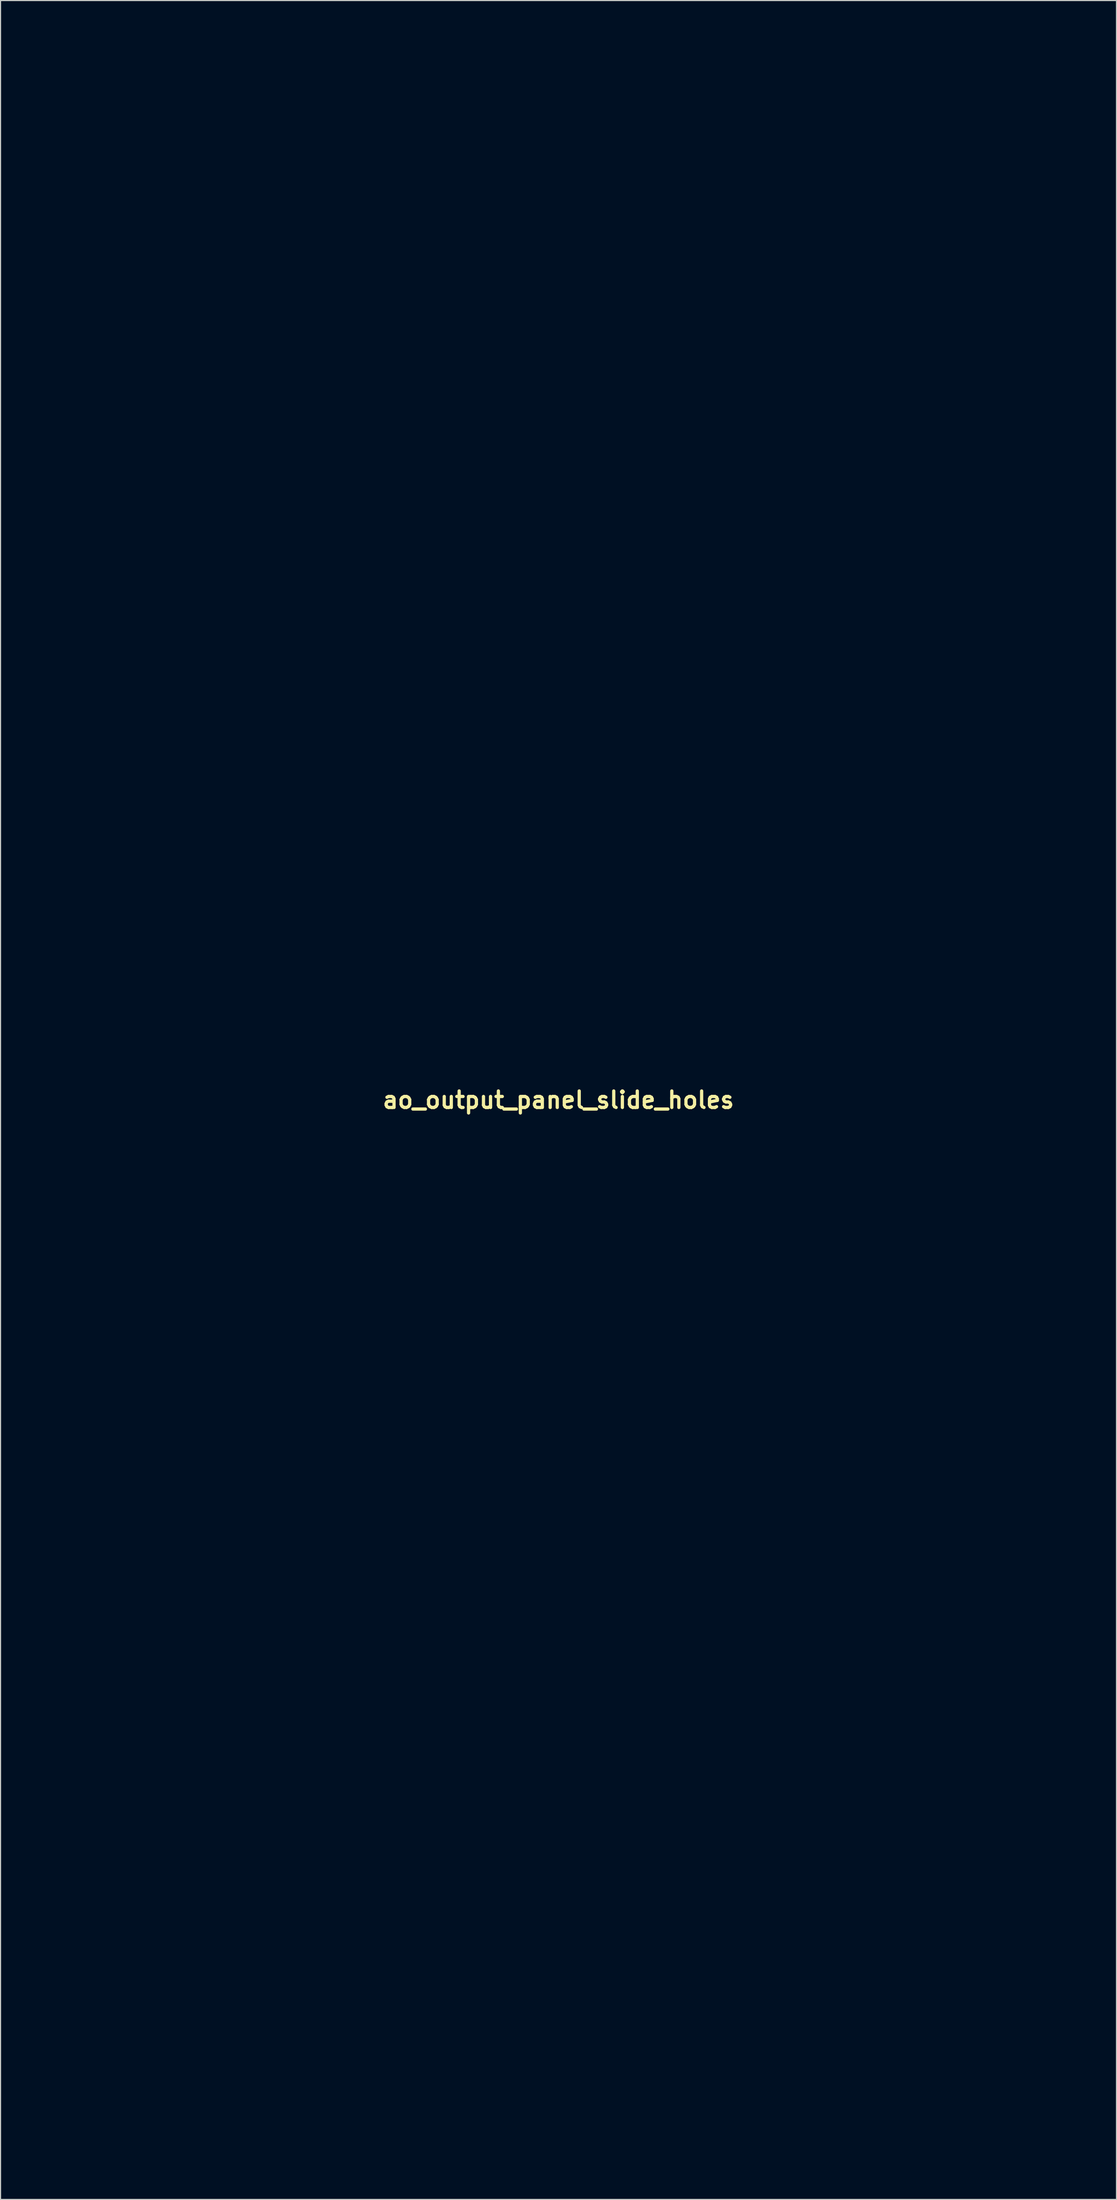
<source format=kicad_pcb>
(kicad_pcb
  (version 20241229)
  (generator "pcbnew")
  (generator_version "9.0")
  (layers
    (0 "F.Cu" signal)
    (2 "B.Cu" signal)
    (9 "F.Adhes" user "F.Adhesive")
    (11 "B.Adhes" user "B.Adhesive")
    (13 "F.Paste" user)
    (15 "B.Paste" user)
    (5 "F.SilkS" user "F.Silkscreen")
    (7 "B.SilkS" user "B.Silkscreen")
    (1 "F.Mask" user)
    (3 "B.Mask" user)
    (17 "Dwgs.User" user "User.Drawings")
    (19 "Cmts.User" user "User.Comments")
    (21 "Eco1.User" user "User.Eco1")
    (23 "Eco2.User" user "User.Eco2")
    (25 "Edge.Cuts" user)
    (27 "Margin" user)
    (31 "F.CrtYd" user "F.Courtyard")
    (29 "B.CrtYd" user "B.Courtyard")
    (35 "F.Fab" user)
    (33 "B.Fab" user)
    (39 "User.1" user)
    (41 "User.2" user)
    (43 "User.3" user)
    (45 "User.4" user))
  (footprint "ao_output_panel_slide_holes"
    (layer "F.Cu")
    (at 48.593 98.606)
    (property "Reference" "ao_output_panel_slide_holes" (at 0 0 0) (layer "F.SilkS") (effects (font (size 1.524 1.524) (thickness 0.3))))
    (attr through_hole)
    (fp_poly (pts (xy -11.684 -9.982) (xy -13.284 -9.982) (xy -13.284 -75.997) (xy -11.684 -75.997) (xy -11.684 -9.982)) (stroke (width 0.01) (type solid)) (fill no) (layer "Eco1.User"))
    (fp_poly (pts (xy 13.31 -9.982) (xy 11.709 -9.982) (xy 11.709 -75.997) (xy 13.31 -75.997) (xy 13.31 -9.982)) (stroke (width 0.01) (type solid)) (fill no) (layer "Eco1.User"))
    (fp_poly (pts (xy 38.322 -42.996) (xy 38.316 -9.995) (xy 37.509 -9.988) (xy 36.703 -9.981) (xy 36.703 -75.997) (xy 38.329 -75.997) (xy 38.322 -42.996)) (stroke (width 0.01) (type solid)) (fill no) (layer "Eco1.User"))
    (fp_poly (pts (xy -36.678 -9.982) (xy -37.473 -9.982) (xy -37.67 -9.983) (xy -37.849 -9.984) (xy -38.006 -9.987) (xy -38.134 -9.989) (xy -38.227 -9.993) (xy -38.278 -9.997) (xy -38.286 -9.999) (xy -38.287 -10.025) (xy -38.288 -10.101) (xy -38.288 -10.225) (xy -38.289 -10.398) (xy -38.29 -10.618) (xy -38.29 -10.884) (xy -38.291 -11.194) (xy -38.291 -11.549) (xy -38.292 -11.948) (xy -38.293 -12.388) (xy -38.293 -12.87) (xy -38.294 -13.393) (xy -38.294 -13.955) (xy -38.295 -14.555) (xy -38.295 -15.193) (xy -38.296 -15.868) (xy -38.296 -16.578) (xy -38.297 -17.323) (xy -38.297 -18.102) (xy -38.298 -18.914) (xy -38.298 -19.757) (xy -38.299 -20.632) (xy -38.299 -21.536) (xy -38.299 -22.47) (xy -38.3 -23.432) (xy -38.3 -24.421) (xy -38.301 -25.436) (xy -38.301 -26.477) (xy -38.301 -27.542) (xy -38.301 -28.63) (xy -38.302 -29.741) (xy -38.302 -30.873) (xy -38.302 -32.026) (xy -38.302 -33.199) (xy -38.303 -34.39) (xy -38.303 -35.599) (xy -38.303 -36.825) (xy -38.303 -38.067) (xy -38.303 -39.324) (xy -38.303 -40.594) (xy -38.303 -41.878) (xy -38.303 -43.006) (xy -38.303 -75.997) (xy -36.678 -75.997) (xy -36.678 -9.982)) (stroke (width 0.01) (type solid)) (fill no) (layer "Eco1.User"))
    (fp_poly (pts (xy 37.637 -84.595) (xy 37.836 -84.572) (xy 37.986 -84.536) (xy 38.253 -84.422) (xy 38.489 -84.271) (xy 38.691 -84.087) (xy 38.857 -83.874) (xy 38.984 -83.636) (xy 39.068 -83.377) (xy 39.108 -83.101) (xy 39.108 -82.918) (xy 39.073 -82.641) (xy 38.995 -82.389) (xy 38.874 -82.157) (xy 38.705 -81.939) (xy 38.634 -81.864) (xy 38.416 -81.68) (xy 38.175 -81.541) (xy 37.915 -81.448) (xy 37.64 -81.402) (xy 37.354 -81.404) (xy 37.313 -81.408) (xy 37.056 -81.46) (xy 36.821 -81.552) (xy 36.6 -81.69) (xy 36.387 -81.874) (xy 36.385 -81.877) (xy 36.199 -82.091) (xy 36.062 -82.316) (xy 35.971 -82.556) (xy 35.924 -82.818) (xy 35.916 -82.993) (xy 35.924 -83.134) (xy 36.525 -83.134) (xy 36.525 -82.88) (xy 37.389 -82.88) (xy 37.389 -82.017) (xy 37.643 -82.017) (xy 37.643 -82.88) (xy 38.506 -82.88) (xy 38.506 -83.134) (xy 37.643 -83.134) (xy 37.643 -83.998) (xy 37.389 -83.998) (xy 37.389 -83.134) (xy 36.525 -83.134) (xy 35.924 -83.134) (xy 35.93 -83.233) (xy 35.974 -83.447) (xy 36.052 -83.657) (xy 36.099 -83.751) (xy 36.243 -83.975) (xy 36.426 -84.174) (xy 36.642 -84.343) (xy 36.881 -84.475) (xy 37.046 -84.538) (xy 37.223 -84.578) (xy 37.426 -84.597) (xy 37.637 -84.595)) (stroke (width 0.01) (type solid)) (fill no) (layer "Eco1.User"))
    (fp_poly (pts (xy 37.741 -4.583) (xy 37.955 -4.539) (xy 38.165 -4.461) (xy 38.262 -4.413) (xy 38.493 -4.266) (xy 38.69 -4.086) (xy 38.852 -3.878) (xy 38.976 -3.647) (xy 39.061 -3.4) (xy 39.106 -3.143) (xy 39.109 -2.88) (xy 39.069 -2.617) (xy 38.983 -2.361) (xy 38.894 -2.187) (xy 38.742 -1.975) (xy 38.552 -1.785) (xy 38.334 -1.626) (xy 38.098 -1.506) (xy 37.998 -1.47) (xy 37.896 -1.445) (xy 37.762 -1.425) (xy 37.613 -1.411) (xy 37.464 -1.403) (xy 37.333 -1.404) (xy 37.236 -1.413) (xy 36.976 -1.487) (xy 36.73 -1.605) (xy 36.505 -1.76) (xy 36.309 -1.947) (xy 36.15 -2.161) (xy 36.101 -2.248) (xy 36.008 -2.452) (xy 35.95 -2.645) (xy 35.921 -2.846) (xy 35.916 -3.002) (xy 35.924 -3.124) (xy 36.525 -3.124) (xy 36.525 -2.87) (xy 37.389 -2.87) (xy 37.389 -2.007) (xy 37.643 -2.007) (xy 37.643 -2.87) (xy 38.506 -2.87) (xy 38.506 -3.124) (xy 37.643 -3.124) (xy 37.643 -3.988) (xy 37.389 -3.988) (xy 37.389 -3.124) (xy 36.525 -3.124) (xy 35.924 -3.124) (xy 35.936 -3.281) (xy 35.997 -3.533) (xy 36.103 -3.766) (xy 36.255 -3.985) (xy 36.385 -4.128) (xy 36.599 -4.314) (xy 36.824 -4.451) (xy 37.065 -4.542) (xy 37.326 -4.589) (xy 37.502 -4.597) (xy 37.741 -4.583)) (stroke (width 0.01) (type solid)) (fill no) (layer "Eco1.User"))
    (fp_poly (pts (xy -37.374 -84.595) (xy -37.173 -84.574) (xy -37.02 -84.538) (xy -36.772 -84.435) (xy -36.543 -84.29) (xy -36.339 -84.111) (xy -36.167 -83.904) (xy -36.032 -83.674) (xy -35.94 -83.429) (xy -35.929 -83.385) (xy -35.904 -83.232) (xy -35.893 -83.054) (xy -35.895 -82.872) (xy -35.911 -82.705) (xy -35.929 -82.612) (xy -36.015 -82.367) (xy -36.144 -82.134) (xy -36.309 -81.922) (xy -36.503 -81.74) (xy -36.719 -81.597) (xy -36.781 -81.565) (xy -37.042 -81.462) (xy -37.298 -81.407) (xy -37.558 -81.397) (xy -37.69 -81.409) (xy -37.964 -81.469) (xy -38.219 -81.574) (xy -38.45 -81.721) (xy -38.654 -81.906) (xy -38.826 -82.128) (xy -38.964 -82.382) (xy -39.017 -82.518) (xy -39.059 -82.683) (xy -39.082 -82.877) (xy -39.085 -83.08) (xy -39.08 -83.134) (xy -38.481 -83.134) (xy -38.481 -82.88) (xy -37.617 -82.88) (xy -37.617 -82.017) (xy -37.363 -82.017) (xy -37.363 -82.88) (xy -36.5 -82.88) (xy -36.5 -83.134) (xy -37.363 -83.134) (xy -37.363 -83.998) (xy -37.617 -83.998) (xy -37.617 -83.134) (xy -38.481 -83.134) (xy -39.08 -83.134) (xy -39.068 -83.272) (xy -39.054 -83.346) (xy -38.97 -83.612) (xy -38.841 -83.857) (xy -38.673 -84.076) (xy -38.47 -84.264) (xy -38.234 -84.417) (xy -37.972 -84.532) (xy -37.96 -84.536) (xy -37.786 -84.576) (xy -37.585 -84.596) (xy -37.374 -84.595)) (stroke (width 0.01) (type solid)) (fill no) (layer "Eco1.User"))
    (fp_poly (pts (xy -37.357 -4.593) (xy -37.191 -4.577) (xy -37.096 -4.559) (xy -36.842 -4.469) (xy -36.605 -4.336) (xy -36.393 -4.165) (xy -36.21 -3.962) (xy -36.062 -3.732) (xy -35.955 -3.482) (xy -35.925 -3.379) (xy -35.898 -3.208) (xy -35.891 -3.011) (xy -35.903 -2.805) (xy -35.933 -2.611) (xy -35.972 -2.472) (xy -36.089 -2.214) (xy -36.247 -1.985) (xy -36.444 -1.786) (xy -36.677 -1.621) (xy -36.942 -1.492) (xy -37.001 -1.47) (xy -37.15 -1.432) (xy -37.33 -1.41) (xy -37.522 -1.404) (xy -37.709 -1.414) (xy -37.872 -1.442) (xy -37.888 -1.446) (xy -38.155 -1.543) (xy -38.394 -1.678) (xy -38.601 -1.846) (xy -38.774 -2.043) (xy -38.911 -2.264) (xy -39.011 -2.504) (xy -39.07 -2.758) (xy -39.088 -3.021) (xy -39.078 -3.124) (xy -38.481 -3.124) (xy -38.481 -2.87) (xy -37.617 -2.87) (xy -37.617 -2.007) (xy -37.363 -2.007) (xy -37.363 -2.87) (xy -36.5 -2.87) (xy -36.5 -3.124) (xy -37.363 -3.124) (xy -37.363 -3.988) (xy -37.617 -3.988) (xy -37.617 -3.124) (xy -38.481 -3.124) (xy -39.078 -3.124) (xy -39.062 -3.289) (xy -38.989 -3.557) (xy -38.905 -3.749) (xy -38.767 -3.967) (xy -38.589 -4.164) (xy -38.379 -4.33) (xy -38.146 -4.462) (xy -37.898 -4.551) (xy -37.865 -4.559) (xy -37.714 -4.584) (xy -37.538 -4.595) (xy -37.357 -4.593)) (stroke (width 0.01) (type solid)) (fill no) (layer "Eco1.User"))
    (fp_poly (pts (xy 45.028 -98.6) (xy 45.326 -98.599) (xy 45.669 -98.598) (xy 45.695 -98.598) (xy 46.023 -98.596) (xy 46.306 -98.595) (xy 46.545 -98.593) (xy 46.746 -98.591) (xy 46.912 -98.589) (xy 47.047 -98.586) (xy 47.156 -98.583) (xy 47.242 -98.579) (xy 47.309 -98.574) (xy 47.362 -98.568) (xy 47.404 -98.56) (xy 47.44 -98.552) (xy 47.474 -98.542) (xy 47.498 -98.533) (xy 47.76 -98.419) (xy 47.991 -98.269) (xy 48.188 -98.087) (xy 48.35 -97.879) (xy 48.476 -97.649) (xy 48.562 -97.402) (xy 48.606 -97.144) (xy 48.608 -96.878) (xy 48.564 -96.611) (xy 48.473 -96.346) (xy 48.437 -96.271) (xy 48.292 -96.038) (xy 48.108 -95.832) (xy 47.889 -95.658) (xy 47.643 -95.523) (xy 47.541 -95.482) (xy 47.358 -95.415) (xy 45.657 -95.41) (xy 45.31 -95.409) (xy 45.011 -95.409) (xy 44.755 -95.409) (xy 44.539 -95.41) (xy 44.359 -95.411) (xy 44.211 -95.413) (xy 44.093 -95.416) (xy 43.999 -95.42) (xy 43.926 -95.425) (xy 43.871 -95.431) (xy 43.831 -95.438) (xy 43.815 -95.442) (xy 43.564 -95.534) (xy 43.329 -95.669) (xy 43.117 -95.841) (xy 42.934 -96.044) (xy 42.787 -96.272) (xy 42.681 -96.518) (xy 42.658 -96.596) (xy 42.63 -96.745) (xy 42.616 -96.92) (xy 42.615 -97.101) (xy 42.628 -97.268) (xy 42.644 -97.358) (xy 42.728 -97.611) (xy 42.857 -97.849) (xy 43.024 -98.066) (xy 43.222 -98.255) (xy 43.446 -98.408) (xy 43.601 -98.484) (xy 43.658 -98.507) (xy 43.714 -98.528) (xy 43.77 -98.545) (xy 43.833 -98.56) (xy 43.906 -98.571) (xy 43.992 -98.581) (xy 44.096 -98.588) (xy 44.222 -98.594) (xy 44.374 -98.597) (xy 44.557 -98.6) (xy 44.773 -98.601) (xy 45.028 -98.6)) (stroke (width 0.01) (type solid)) (fill no) (layer "Eco1.User"))
    (fp_poly (pts (xy -45.367 95.399) (xy -45.101 95.4) (xy -44.845 95.402) (xy -44.604 95.406) (xy -44.384 95.41) (xy -44.19 95.415) (xy -44.028 95.421) (xy -43.904 95.429) (xy -43.823 95.437) (xy -43.801 95.441) (xy -43.546 95.531) (xy -43.308 95.665) (xy -43.094 95.837) (xy -42.91 96.041) (xy -42.762 96.27) (xy -42.655 96.52) (xy -42.632 96.596) (xy -42.599 96.777) (xy -42.588 96.981) (xy -42.597 97.187) (xy -42.627 97.376) (xy -42.646 97.447) (xy -42.756 97.72) (xy -42.905 97.961) (xy -43.092 98.168) (xy -43.319 98.344) (xy -43.509 98.452) (xy -43.568 98.481) (xy -43.624 98.506) (xy -43.679 98.527) (xy -43.738 98.545) (xy -43.806 98.56) (xy -43.886 98.572) (xy -43.982 98.581) (xy -44.099 98.588) (xy -44.241 98.594) (xy -44.411 98.597) (xy -44.614 98.6) (xy -44.854 98.601) (xy -45.136 98.601) (xy -45.462 98.601) (xy -45.593 98.601) (xy -45.922 98.601) (xy -46.204 98.6) (xy -46.443 98.599) (xy -46.644 98.598) (xy -46.811 98.596) (xy -46.947 98.594) (xy -47.058 98.591) (xy -47.146 98.587) (xy -47.216 98.581) (xy -47.273 98.575) (xy -47.32 98.568) (xy -47.361 98.559) (xy -47.387 98.552) (xy -47.651 98.459) (xy -47.885 98.328) (xy -48.089 98.164) (xy -48.26 97.972) (xy -48.397 97.758) (xy -48.499 97.525) (xy -48.563 97.28) (xy -48.588 97.026) (xy -48.572 96.769) (xy -48.514 96.514) (xy -48.413 96.266) (xy -48.265 96.03) (xy -48.236 95.991) (xy -48.068 95.815) (xy -47.864 95.66) (xy -47.639 95.536) (xy -47.404 95.451) (xy -47.365 95.441) (xy -47.301 95.432) (xy -47.193 95.424) (xy -47.046 95.418) (xy -46.864 95.412) (xy -46.654 95.407) (xy -46.42 95.404) (xy -46.17 95.401) (xy -45.907 95.399) (xy -45.637 95.399) (xy -45.367 95.399)) (stroke (width 0.01) (type solid)) (fill no) (layer "Eco1.User"))
    (fp_poly (pts (xy -37.177 13.512) (xy -36.938 13.537) (xy -36.813 13.56) (xy -36.402 13.672) (xy -36.015 13.826) (xy -35.655 14.019) (xy -35.323 14.249) (xy -35.022 14.512) (xy -34.755 14.806) (xy -34.524 15.128) (xy -34.33 15.475) (xy -34.178 15.844) (xy -34.068 16.232) (xy -34.003 16.637) (xy -33.985 16.993) (xy -34.006 17.393) (xy -34.068 17.773) (xy -34.175 18.142) (xy -34.329 18.51) (xy -34.341 18.534) (xy -34.546 18.897) (xy -34.791 19.231) (xy -35.071 19.532) (xy -35.383 19.797) (xy -35.725 20.025) (xy -36.092 20.212) (xy -36.481 20.356) (xy -36.888 20.454) (xy -36.916 20.459) (xy -37.075 20.479) (xy -37.267 20.49) (xy -37.477 20.494) (xy -37.689 20.491) (xy -37.885 20.479) (xy -38.05 20.46) (xy -38.062 20.458) (xy -38.465 20.365) (xy -38.85 20.227) (xy -39.214 20.046) (xy -39.553 19.826) (xy -39.864 19.57) (xy -40.144 19.28) (xy -40.39 18.96) (xy -40.597 18.613) (xy -40.764 18.242) (xy -40.882 17.869) (xy -40.958 17.47) (xy -40.989 17.062) (xy -40.982 16.866) (xy -39.98 16.866) (xy -39.98 17.12) (xy -37.617 17.12) (xy -37.617 19.482) (xy -37.363 19.482) (xy -37.363 17.12) (xy -35.001 17.12) (xy -35.001 16.866) (xy -37.363 16.866) (xy -37.363 14.503) (xy -37.617 14.503) (xy -37.617 16.866) (xy -39.98 16.866) (xy -40.982 16.866) (xy -40.974 16.655) (xy -40.914 16.255) (xy -40.818 15.9) (xy -40.785 15.812) (xy -40.735 15.694) (xy -40.676 15.562) (xy -40.613 15.431) (xy -40.613 15.431) (xy -40.407 15.07) (xy -40.162 14.74) (xy -39.881 14.443) (xy -39.567 14.182) (xy -39.222 13.958) (xy -38.849 13.774) (xy -38.452 13.631) (xy -38.168 13.56) (xy -37.95 13.525) (xy -37.7 13.506) (xy -37.437 13.501) (xy -37.177 13.512)) (stroke (width 0.01) (type solid)) (fill no) (layer "Eco1.User"))
    (fp_poly (pts (xy -44.675 -98.599) (xy -44.437 -98.598) (xy -44.243 -98.595) (xy -44.09 -98.591) (xy -43.977 -98.586) (xy -43.903 -98.58) (xy -43.879 -98.577) (xy -43.627 -98.504) (xy -43.389 -98.387) (xy -43.17 -98.231) (xy -42.978 -98.042) (xy -42.817 -97.826) (xy -42.693 -97.588) (xy -42.619 -97.358) (xy -42.596 -97.212) (xy -42.588 -97.038) (xy -42.594 -96.857) (xy -42.613 -96.688) (xy -42.633 -96.596) (xy -42.725 -96.343) (xy -42.861 -96.107) (xy -43.035 -95.896) (xy -43.24 -95.714) (xy -43.471 -95.568) (xy -43.721 -95.464) (xy -43.801 -95.441) (xy -43.86 -95.433) (xy -43.965 -95.425) (xy -44.109 -95.419) (xy -44.287 -95.413) (xy -44.495 -95.409) (xy -44.726 -95.405) (xy -44.975 -95.403) (xy -45.237 -95.401) (xy -45.506 -95.401) (xy -45.776 -95.401) (xy -46.043 -95.402) (xy -46.301 -95.404) (xy -46.543 -95.407) (xy -46.766 -95.411) (xy -46.963 -95.416) (xy -47.129 -95.422) (xy -47.259 -95.429) (xy -47.347 -95.437) (xy -47.376 -95.442) (xy -47.625 -95.527) (xy -47.861 -95.657) (xy -48.073 -95.823) (xy -48.256 -96.02) (xy -48.399 -96.241) (xy -48.411 -96.265) (xy -48.482 -96.416) (xy -48.53 -96.547) (xy -48.559 -96.676) (xy -48.573 -96.82) (xy -48.577 -96.99) (xy -48.575 -97.141) (xy -48.568 -97.258) (xy -48.552 -97.356) (xy -48.528 -97.451) (xy -48.521 -97.472) (xy -48.414 -97.729) (xy -48.264 -97.964) (xy -48.076 -98.17) (xy -47.856 -98.344) (xy -47.609 -98.48) (xy -47.473 -98.533) (xy -47.438 -98.545) (xy -47.405 -98.555) (xy -47.367 -98.563) (xy -47.322 -98.57) (xy -47.265 -98.575) (xy -47.193 -98.58) (xy -47.1 -98.584) (xy -46.984 -98.587) (xy -46.84 -98.59) (xy -46.664 -98.592) (xy -46.453 -98.593) (xy -46.201 -98.595) (xy -45.905 -98.597) (xy -45.669 -98.598) (xy -45.29 -98.599) (xy -44.959 -98.6) (xy -44.675 -98.599)) (stroke (width 0.01) (type solid)) (fill no) (layer "Eco1.User"))
    (fp_poly (pts (xy 38.067 70.03) (xy 38.539 70.102) (xy 38.777 70.157) (xy 39.238 70.3) (xy 39.683 70.49) (xy 40.109 70.724) (xy 40.512 70.999) (xy 40.889 71.311) (xy 41.234 71.659) (xy 41.545 72.038) (xy 41.817 72.447) (xy 41.829 72.466) (xy 42.032 72.851) (xy 42.205 73.262) (xy 42.341 73.681) (xy 42.393 73.889) (xy 42.479 74.382) (xy 42.515 74.874) (xy 42.504 75.36) (xy 42.446 75.839) (xy 42.343 76.306) (xy 42.196 76.76) (xy 42.007 77.197) (xy 41.778 77.614) (xy 41.509 78.008) (xy 41.202 78.377) (xy 40.859 78.717) (xy 40.481 79.026) (xy 40.07 79.3) (xy 39.648 79.526) (xy 39.208 79.708) (xy 38.746 79.849) (xy 38.269 79.945) (xy 37.786 79.997) (xy 37.303 80.002) (xy 37.008 79.981) (xy 36.517 79.906) (xy 36.042 79.785) (xy 35.587 79.619) (xy 35.153 79.412) (xy 34.743 79.166) (xy 34.36 78.883) (xy 34.005 78.565) (xy 33.682 78.215) (xy 33.393 77.836) (xy 33.14 77.43) (xy 32.926 76.998) (xy 32.754 76.544) (xy 32.624 76.07) (xy 32.55 75.646) (xy 32.51 75.152) (xy 32.514 74.879) (xy 35.027 74.879) (xy 35.027 75.133) (xy 37.389 75.133) (xy 37.389 77.495) (xy 37.643 77.495) (xy 37.643 75.133) (xy 40.005 75.133) (xy 40.005 74.879) (xy 37.643 74.879) (xy 37.643 72.517) (xy 37.389 72.517) (xy 37.389 74.879) (xy 35.027 74.879) (xy 32.514 74.879) (xy 32.518 74.664) (xy 32.574 74.184) (xy 32.676 73.716) (xy 32.821 73.261) (xy 33.008 72.824) (xy 33.236 72.407) (xy 33.503 72.013) (xy 33.806 71.644) (xy 34.145 71.305) (xy 34.517 70.996) (xy 34.921 70.722) (xy 35.355 70.485) (xy 35.745 70.316) (xy 36.18 70.174) (xy 36.637 70.074) (xy 37.109 70.016) (xy 37.588 70.001) (xy 38.067 70.03)) (stroke (width 0.01) (type solid)) (fill no) (layer "Eco1.User"))
    (fp_poly (pts (xy 45.816 95.399) (xy 46.083 95.4) (xy 46.34 95.402) (xy 46.582 95.406) (xy 46.803 95.41) (xy 46.998 95.415) (xy 47.162 95.422) (xy 47.288 95.429) (xy 47.372 95.437) (xy 47.394 95.441) (xy 47.649 95.527) (xy 47.886 95.657) (xy 48.099 95.828) (xy 48.284 96.034) (xy 48.437 96.272) (xy 48.552 96.537) (xy 48.555 96.545) (xy 48.586 96.678) (xy 48.602 96.843) (xy 48.606 97.024) (xy 48.595 97.206) (xy 48.572 97.371) (xy 48.547 97.472) (xy 48.439 97.729) (xy 48.289 97.964) (xy 48.102 98.17) (xy 47.882 98.344) (xy 47.634 98.48) (xy 47.498 98.534) (xy 47.464 98.545) (xy 47.431 98.554) (xy 47.395 98.563) (xy 47.351 98.569) (xy 47.295 98.575) (xy 47.224 98.58) (xy 47.134 98.583) (xy 47.02 98.586) (xy 46.879 98.589) (xy 46.707 98.59) (xy 46.5 98.592) (xy 46.253 98.593) (xy 45.964 98.594) (xy 45.657 98.595) (xy 45.307 98.595) (xy 45.005 98.596) (xy 44.747 98.595) (xy 44.529 98.594) (xy 44.348 98.592) (xy 44.2 98.59) (xy 44.082 98.586) (xy 43.989 98.582) (xy 43.92 98.577) (xy 43.869 98.57) (xy 43.84 98.565) (xy 43.582 98.475) (xy 43.338 98.341) (xy 43.117 98.167) (xy 43.005 98.053) (xy 42.904 97.919) (xy 42.805 97.755) (xy 42.72 97.579) (xy 42.658 97.412) (xy 42.644 97.358) (xy 42.622 97.212) (xy 42.614 97.038) (xy 42.62 96.857) (xy 42.639 96.688) (xy 42.658 96.596) (xy 42.75 96.345) (xy 42.886 96.11) (xy 43.058 95.899) (xy 43.262 95.718) (xy 43.491 95.571) (xy 43.739 95.466) (xy 43.827 95.441) (xy 43.888 95.432) (xy 43.994 95.424) (xy 44.14 95.418) (xy 44.321 95.412) (xy 44.53 95.407) (xy 44.762 95.403) (xy 45.013 95.401) (xy 45.275 95.399) (xy 45.545 95.398) (xy 45.816 95.399)) (stroke (width 0.01) (type solid)) (fill no) (layer "Eco1.User"))
    (fp_poly (pts (xy -36.92 45.03) (xy -36.462 45.104) (xy -36.012 45.22) (xy -35.573 45.377) (xy -35.15 45.575) (xy -34.744 45.813) (xy -34.36 46.092) (xy -34 46.41) (xy -33.668 46.767) (xy -33.401 47.113) (xy -33.129 47.541) (xy -32.905 47.983) (xy -32.73 48.442) (xy -32.603 48.916) (xy -32.523 49.408) (xy -32.494 49.811) (xy -32.497 50.298) (xy -32.541 50.762) (xy -32.628 51.208) (xy -32.759 51.645) (xy -32.88 51.952) (xy -33.101 52.405) (xy -33.36 52.827) (xy -33.657 53.217) (xy -33.986 53.574) (xy -34.347 53.895) (xy -34.735 54.178) (xy -35.149 54.423) (xy -35.584 54.627) (xy -36.039 54.789) (xy -36.511 54.907) (xy -36.997 54.979) (xy -37.494 55.004) (xy -37.88 54.99) (xy -38.322 54.934) (xy -38.771 54.834) (xy -39.215 54.693) (xy -39.644 54.514) (xy -40.046 54.301) (xy -40.145 54.241) (xy -40.552 53.956) (xy -40.927 53.633) (xy -41.266 53.277) (xy -41.569 52.891) (xy -41.832 52.477) (xy -42.054 52.04) (xy -42.233 51.582) (xy -42.367 51.106) (xy -42.454 50.617) (xy -42.467 50.499) (xy -42.493 50.005) (xy -42.487 49.886) (xy -39.98 49.886) (xy -39.98 50.114) (xy -37.617 50.114) (xy -37.617 52.502) (xy -37.364 52.502) (xy -37.357 51.314) (xy -37.351 50.127) (xy -35.001 50.114) (xy -35.001 49.886) (xy -36.176 49.88) (xy -37.351 49.873) (xy -37.357 48.685) (xy -37.364 47.498) (xy -37.617 47.498) (xy -37.617 49.886) (xy -39.98 49.886) (xy -42.487 49.886) (xy -42.468 49.515) (xy -42.396 49.032) (xy -42.278 48.561) (xy -42.115 48.103) (xy -41.909 47.663) (xy -41.662 47.244) (xy -41.374 46.851) (xy -41.048 46.485) (xy -40.685 46.151) (xy -40.507 46.01) (xy -40.096 45.731) (xy -39.668 45.497) (xy -39.227 45.308) (xy -38.774 45.165) (xy -38.314 45.066) (xy -37.849 45.011) (xy -37.384 44.999) (xy -36.92 45.03)) (stroke (width 0.01) (type solid)) (fill no) (layer "Eco1.User"))
    (fp_poly (pts (xy -12.223 13.51) (xy -12.01 13.528) (xy -11.862 13.55) (xy -11.451 13.653) (xy -11.061 13.8) (xy -10.696 13.99) (xy -10.357 14.218) (xy -10.049 14.483) (xy -9.774 14.783) (xy -9.534 15.114) (xy -9.333 15.473) (xy -9.174 15.86) (xy -9.157 15.911) (xy -9.086 16.151) (xy -9.037 16.378) (xy -9.008 16.609) (xy -8.996 16.858) (xy -8.999 17.116) (xy -9.027 17.497) (xy -9.087 17.847) (xy -9.182 18.175) (xy -9.315 18.493) (xy -9.489 18.811) (xy -9.564 18.928) (xy -9.806 19.252) (xy -10.087 19.547) (xy -10.401 19.808) (xy -10.743 20.033) (xy -11.109 20.217) (xy -11.492 20.358) (xy -11.89 20.454) (xy -11.911 20.457) (xy -12.074 20.477) (xy -12.27 20.49) (xy -12.482 20.495) (xy -12.694 20.491) (xy -12.889 20.48) (xy -13.05 20.461) (xy -13.056 20.46) (xy -13.464 20.366) (xy -13.852 20.227) (xy -14.217 20.046) (xy -14.556 19.826) (xy -14.867 19.569) (xy -15.146 19.278) (xy -15.391 18.957) (xy -15.599 18.607) (xy -15.767 18.233) (xy -15.891 17.836) (xy -15.942 17.602) (xy -15.968 17.402) (xy -15.983 17.171) (xy -15.985 16.928) (xy -15.983 16.866) (xy -14.986 16.866) (xy -14.986 17.12) (xy -12.624 17.12) (xy -12.624 19.482) (xy -12.37 19.482) (xy -12.357 17.132) (xy -10.008 17.119) (xy -10.008 16.866) (xy -12.37 16.866) (xy -12.37 14.503) (xy -12.624 14.503) (xy -12.624 16.866) (xy -14.986 16.866) (xy -15.983 16.866) (xy -15.975 16.689) (xy -15.954 16.474) (xy -15.939 16.383) (xy -15.837 15.967) (xy -15.69 15.577) (xy -15.499 15.211) (xy -15.264 14.869) (xy -14.983 14.549) (xy -14.962 14.528) (xy -14.643 14.244) (xy -14.298 14.003) (xy -13.93 13.807) (xy -13.54 13.656) (xy -13.131 13.552) (xy -13.095 13.545) (xy -12.908 13.521) (xy -12.689 13.507) (xy -12.455 13.503) (xy -12.223 13.51)) (stroke (width 0.01) (type solid)) (fill no) (layer "Eco1.User"))
    (fp_poly (pts (xy -37.246 70.008) (xy -37.01 70.02) (xy -36.804 70.042) (xy -36.801 70.042) (xy -36.312 70.135) (xy -35.841 70.274) (xy -35.391 70.456) (xy -34.964 70.679) (xy -34.563 70.941) (xy -34.189 71.239) (xy -33.846 71.57) (xy -33.536 71.932) (xy -33.261 72.323) (xy -33.023 72.74) (xy -32.826 73.182) (xy -32.671 73.644) (xy -32.561 74.126) (xy -32.526 74.353) (xy -32.486 74.848) (xy -32.494 75.333) (xy -32.547 75.807) (xy -32.645 76.267) (xy -32.785 76.71) (xy -32.963 77.136) (xy -33.179 77.541) (xy -33.431 77.923) (xy -33.715 78.28) (xy -34.03 78.61) (xy -34.373 78.911) (xy -34.743 79.18) (xy -35.137 79.415) (xy -35.553 79.614) (xy -35.989 79.775) (xy -36.443 79.896) (xy -36.913 79.973) (xy -37.396 80.005) (xy -37.89 79.991) (xy -38.011 79.98) (xy -38.496 79.905) (xy -38.967 79.784) (xy -39.421 79.617) (xy -39.855 79.408) (xy -40.266 79.158) (xy -40.652 78.871) (xy -41.009 78.548) (xy -41.335 78.192) (xy -41.626 77.804) (xy -41.88 77.389) (xy -42.095 76.946) (xy -42.238 76.568) (xy -42.371 76.09) (xy -42.455 75.608) (xy -42.491 75.125) (xy -42.485 74.879) (xy -39.98 74.879) (xy -39.98 75.133) (xy -37.617 75.133) (xy -37.617 77.495) (xy -37.363 77.495) (xy -37.363 75.133) (xy -35.001 75.133) (xy -35.001 74.879) (xy -37.363 74.879) (xy -37.363 72.517) (xy -37.617 72.517) (xy -37.617 74.879) (xy -39.98 74.879) (xy -42.485 74.879) (xy -42.479 74.644) (xy -42.422 74.17) (xy -42.32 73.704) (xy -42.175 73.251) (xy -41.986 72.812) (xy -41.756 72.393) (xy -41.486 71.994) (xy -41.176 71.621) (xy -40.828 71.276) (xy -40.443 70.962) (xy -40.269 70.838) (xy -39.872 70.6) (xy -39.444 70.396) (xy -38.993 70.231) (xy -38.526 70.106) (xy -38.173 70.042) (xy -37.976 70.021) (xy -37.745 70.008) (xy -37.496 70.004) (xy -37.246 70.008)) (stroke (width 0.01) (type solid)) (fill no) (layer "Eco1.User"))
    (fp_poly (pts (xy 12.887 70.013) (xy 13.239 70.048) (xy 13.578 70.109) (xy 13.92 70.198) (xy 14.095 70.254) (xy 14.565 70.437) (xy 15.01 70.664) (xy 15.426 70.931) (xy 15.813 71.238) (xy 16.167 71.582) (xy 16.486 71.962) (xy 16.769 72.374) (xy 17.005 72.804) (xy 17.204 73.266) (xy 17.354 73.738) (xy 17.456 74.218) (xy 17.509 74.701) (xy 17.516 75.185) (xy 17.475 75.667) (xy 17.387 76.143) (xy 17.252 76.61) (xy 17.071 77.065) (xy 16.844 77.505) (xy 16.572 77.925) (xy 16.463 78.071) (xy 16.142 78.445) (xy 15.787 78.783) (xy 15.403 79.083) (xy 14.992 79.344) (xy 14.559 79.564) (xy 14.106 79.742) (xy 13.638 79.875) (xy 13.158 79.963) (xy 12.669 80.004) (xy 12.176 79.996) (xy 12.027 79.983) (xy 11.536 79.91) (xy 11.058 79.79) (xy 10.597 79.623) (xy 10.154 79.412) (xy 9.734 79.159) (xy 9.34 78.865) (xy 8.974 78.534) (xy 8.64 78.165) (xy 8.341 77.762) (xy 8.324 77.737) (xy 8.08 77.322) (xy 7.876 76.879) (xy 7.713 76.416) (xy 7.596 75.94) (xy 7.557 75.707) (xy 7.522 75.36) (xy 7.514 74.986) (xy 7.519 74.879) (xy 10.005 74.879) (xy 10.02 75.121) (xy 12.395 75.134) (xy 12.395 77.495) (xy 12.649 77.495) (xy 12.649 75.133) (xy 15.011 75.133) (xy 15.011 74.879) (xy 12.649 74.879) (xy 12.649 72.517) (xy 12.395 72.517) (xy 12.395 74.879) (xy 10.005 74.879) (xy 7.519 74.879) (xy 7.531 74.602) (xy 7.573 74.224) (xy 7.638 73.869) (xy 7.658 73.787) (xy 7.796 73.333) (xy 7.978 72.889) (xy 8.201 72.464) (xy 8.46 72.063) (xy 8.752 71.693) (xy 9.073 71.361) (xy 9.074 71.359) (xy 9.462 71.032) (xy 9.875 70.748) (xy 10.31 70.508) (xy 10.766 70.313) (xy 11.238 70.164) (xy 11.725 70.063) (xy 12.222 70.01) (xy 12.505 70.002) (xy 12.887 70.013)) (stroke (width 0.01) (type solid)) (fill no) (layer "Eco1.User"))
    (fp_poly (pts (xy 37.829 13.512) (xy 38.068 13.537) (xy 38.194 13.56) (xy 38.608 13.671) (xy 38.994 13.824) (xy 39.352 14.018) (xy 39.687 14.256) (xy 39.923 14.464) (xy 40.215 14.776) (xy 40.463 15.116) (xy 40.669 15.482) (xy 40.831 15.874) (xy 40.948 16.29) (xy 40.96 16.345) (xy 40.988 16.531) (xy 41.004 16.752) (xy 41.009 16.991) (xy 41.003 17.233) (xy 40.985 17.462) (xy 40.955 17.664) (xy 40.948 17.703) (xy 40.836 18.11) (xy 40.68 18.494) (xy 40.483 18.853) (xy 40.249 19.185) (xy 39.979 19.485) (xy 39.677 19.753) (xy 39.346 19.984) (xy 38.988 20.177) (xy 38.606 20.328) (xy 38.203 20.435) (xy 38.063 20.46) (xy 37.907 20.479) (xy 37.72 20.49) (xy 37.518 20.494) (xy 37.315 20.491) (xy 37.127 20.482) (xy 36.97 20.465) (xy 36.932 20.459) (xy 36.544 20.366) (xy 36.17 20.231) (xy 35.978 20.144) (xy 35.612 19.937) (xy 35.277 19.693) (xy 34.976 19.413) (xy 34.711 19.1) (xy 34.484 18.759) (xy 34.299 18.392) (xy 34.156 18.002) (xy 34.058 17.593) (xy 34.045 17.513) (xy 34.027 17.344) (xy 34.018 17.143) (xy 34.018 16.926) (xy 34.02 16.866) (xy 35.027 16.866) (xy 35.027 17.12) (xy 37.389 17.12) (xy 37.389 19.482) (xy 37.643 19.482) (xy 37.643 17.12) (xy 40.005 17.12) (xy 40.005 16.866) (xy 37.643 16.866) (xy 37.643 14.503) (xy 37.389 14.503) (xy 37.389 16.866) (xy 35.027 16.866) (xy 34.02 16.866) (xy 34.026 16.709) (xy 34.043 16.508) (xy 34.067 16.339) (xy 34.074 16.307) (xy 34.185 15.9) (xy 34.34 15.514) (xy 34.535 15.153) (xy 34.768 14.823) (xy 34.87 14.703) (xy 35.174 14.396) (xy 35.5 14.134) (xy 35.851 13.916) (xy 36.228 13.741) (xy 36.633 13.609) (xy 36.838 13.56) (xy 37.056 13.525) (xy 37.306 13.506) (xy 37.569 13.501) (xy 37.829 13.512)) (stroke (width 0.01) (type solid)) (fill no) (layer "Eco1.User"))
    (fp_poly (pts (xy 12.871 46.515) (xy 13.102 46.544) (xy 13.106 46.544) (xy 13.508 46.64) (xy 13.894 46.781) (xy 14.259 46.965) (xy 14.6 47.19) (xy 14.913 47.451) (xy 15.193 47.747) (xy 15.437 48.074) (xy 15.619 48.386) (xy 15.776 48.725) (xy 15.89 49.056) (xy 15.964 49.392) (xy 16.003 49.744) (xy 16.01 49.987) (xy 16.005 50.242) (xy 15.987 50.465) (xy 15.953 50.676) (xy 15.9 50.894) (xy 15.845 51.078) (xy 15.696 51.464) (xy 15.505 51.823) (xy 15.277 52.154) (xy 15.014 52.454) (xy 14.72 52.72) (xy 14.397 52.952) (xy 14.051 53.146) (xy 13.683 53.3) (xy 13.297 53.412) (xy 12.896 53.48) (xy 12.485 53.501) (xy 12.217 53.489) (xy 11.803 53.431) (xy 11.403 53.324) (xy 11.021 53.17) (xy 10.658 52.972) (xy 10.319 52.729) (xy 10.054 52.492) (xy 9.773 52.181) (xy 9.535 51.846) (xy 9.339 51.485) (xy 9.184 51.095) (xy 9.098 50.802) (xy 9.075 50.707) (xy 9.058 50.625) (xy 9.046 50.544) (xy 9.038 50.456) (xy 9.033 50.348) (xy 9.031 50.213) (xy 9.03 50.039) (xy 9.03 50) (xy 9.031 49.886) (xy 10.008 49.886) (xy 10.008 50.114) (xy 11.195 50.12) (xy 12.383 50.127) (xy 12.396 52.505) (xy 12.636 52.489) (xy 12.65 50.114) (xy 15.011 50.114) (xy 15.011 49.886) (xy 12.65 49.886) (xy 12.636 47.511) (xy 12.516 47.503) (xy 12.396 47.495) (xy 12.389 48.684) (xy 12.383 49.873) (xy 10.008 49.886) (xy 9.031 49.886) (xy 9.031 49.813) (xy 9.033 49.667) (xy 9.038 49.552) (xy 9.046 49.458) (xy 9.058 49.375) (xy 9.074 49.292) (xy 9.09 49.225) (xy 9.216 48.814) (xy 9.384 48.428) (xy 9.592 48.07) (xy 9.836 47.742) (xy 10.115 47.446) (xy 10.426 47.185) (xy 10.766 46.962) (xy 11.133 46.779) (xy 11.524 46.638) (xy 11.854 46.558) (xy 12.084 46.524) (xy 12.343 46.506) (xy 12.612 46.503) (xy 12.871 46.515)) (stroke (width 0.01) (type solid)) (fill no) (layer "Eco1.User"))
    (fp_poly (pts (xy 12.776 13.51) (xy 12.995 13.527) (xy 13.131 13.547) (xy 13.538 13.647) (xy 13.927 13.793) (xy 14.295 13.985) (xy 14.641 14.222) (xy 14.962 14.503) (xy 14.987 14.528) (xy 15.271 14.846) (xy 15.51 15.186) (xy 15.704 15.551) (xy 15.853 15.939) (xy 15.959 16.353) (xy 15.965 16.383) (xy 15.992 16.581) (xy 16.007 16.811) (xy 16.011 17.054) (xy 16.002 17.293) (xy 15.982 17.51) (xy 15.967 17.602) (xy 15.868 18.012) (xy 15.724 18.401) (xy 15.538 18.766) (xy 15.312 19.105) (xy 15.05 19.414) (xy 14.754 19.691) (xy 14.426 19.933) (xy 14.07 20.138) (xy 13.688 20.302) (xy 13.283 20.423) (xy 13.233 20.435) (xy 13.105 20.456) (xy 12.939 20.472) (xy 12.749 20.483) (xy 12.548 20.488) (xy 12.349 20.488) (xy 12.165 20.483) (xy 12.009 20.471) (xy 11.925 20.459) (xy 11.509 20.358) (xy 11.117 20.214) (xy 10.75 20.025) (xy 10.405 19.79) (xy 10.081 19.509) (xy 10.042 19.471) (xy 9.757 19.154) (xy 9.517 18.815) (xy 9.324 18.455) (xy 9.176 18.073) (xy 9.073 17.667) (xy 9.052 17.553) (xy 9.033 17.382) (xy 9.021 17.18) (xy 9.021 17.119) (xy 10.005 17.119) (xy 11.194 17.126) (xy 12.383 17.132) (xy 12.389 18.307) (xy 12.396 19.482) (xy 12.649 19.482) (xy 12.649 17.12) (xy 15.011 17.12) (xy 15.011 16.866) (xy 12.649 16.866) (xy 12.649 14.503) (xy 12.395 14.503) (xy 12.395 16.865) (xy 11.208 16.872) (xy 10.02 16.878) (xy 10.013 16.999) (xy 10.005 17.119) (xy 9.021 17.119) (xy 9.018 16.963) (xy 9.024 16.747) (xy 9.038 16.551) (xy 9.056 16.418) (xy 9.151 16.01) (xy 9.291 15.622) (xy 9.473 15.258) (xy 9.694 14.919) (xy 9.952 14.61) (xy 10.244 14.332) (xy 10.567 14.088) (xy 10.919 13.882) (xy 11.296 13.715) (xy 11.695 13.592) (xy 11.887 13.55) (xy 12.078 13.523) (xy 12.301 13.507) (xy 12.539 13.503) (xy 12.776 13.51)) (stroke (width 0.01) (type solid)) (fill no) (layer "Eco1.User"))
    (fp_poly (pts (xy 38.149 45.036) (xy 38.622 45.119) (xy 39.079 45.247) (xy 39.519 45.415) (xy 39.939 45.624) (xy 40.337 45.87) (xy 40.709 46.152) (xy 41.054 46.467) (xy 41.368 46.814) (xy 41.65 47.19) (xy 41.897 47.593) (xy 42.107 48.02) (xy 42.277 48.471) (xy 42.404 48.943) (xy 42.486 49.433) (xy 42.494 49.505) (xy 42.52 49.994) (xy 42.497 50.477) (xy 42.428 50.95) (xy 42.315 51.41) (xy 42.159 51.855) (xy 41.963 52.282) (xy 41.728 52.688) (xy 41.457 53.071) (xy 41.152 53.427) (xy 40.815 53.754) (xy 40.447 54.05) (xy 40.052 54.311) (xy 39.63 54.534) (xy 39.185 54.718) (xy 38.717 54.859) (xy 38.463 54.915) (xy 38.354 54.933) (xy 38.215 54.952) (xy 38.06 54.97) (xy 37.9 54.986) (xy 37.746 55) (xy 37.61 55.009) (xy 37.504 55.013) (xy 37.452 55.013) (xy 37.407 55.009) (xy 37.323 55.003) (xy 37.216 54.996) (xy 37.133 54.99) (xy 36.645 54.93) (xy 36.168 54.821) (xy 35.707 54.668) (xy 35.264 54.47) (xy 34.843 54.231) (xy 34.447 53.953) (xy 34.079 53.637) (xy 33.741 53.286) (xy 33.438 52.901) (xy 33.172 52.486) (xy 33.048 52.257) (xy 32.869 51.862) (xy 32.726 51.463) (xy 32.615 51.043) (xy 32.571 50.825) (xy 32.549 50.662) (xy 32.533 50.461) (xy 32.525 50.234) (xy 32.522 49.993) (xy 32.524 49.886) (xy 35.027 49.886) (xy 35.027 50.114) (xy 37.376 50.127) (xy 37.389 52.502) (xy 37.643 52.502) (xy 37.643 50.114) (xy 40.005 50.114) (xy 40.005 49.886) (xy 37.643 49.886) (xy 37.643 47.498) (xy 37.389 47.498) (xy 37.376 49.873) (xy 36.201 49.88) (xy 35.027 49.886) (xy 32.524 49.886) (xy 32.527 49.751) (xy 32.537 49.521) (xy 32.554 49.313) (xy 32.578 49.142) (xy 32.581 49.124) (xy 32.701 48.628) (xy 32.864 48.154) (xy 33.068 47.706) (xy 33.311 47.284) (xy 33.592 46.892) (xy 33.906 46.53) (xy 34.253 46.201) (xy 34.629 45.908) (xy 35.033 45.652) (xy 35.463 45.434) (xy 35.915 45.259) (xy 36.388 45.126) (xy 36.879 45.039) (xy 37.168 45.01) (xy 37.663 44.999) (xy 38.149 45.036)) (stroke (width 0.01) (type solid)) (fill no) (layer "Eco1.User"))
    (fp_poly (pts (xy -11.965 45.023) (xy -11.485 45.097) (xy -11.012 45.217) (xy -10.551 45.385) (xy -10.23 45.534) (xy -9.792 45.785) (xy -9.386 46.075) (xy -9.013 46.4) (xy -8.676 46.758) (xy -8.377 47.147) (xy -8.117 47.563) (xy -7.898 48.005) (xy -7.723 48.469) (xy -7.593 48.953) (xy -7.532 49.288) (xy -7.511 49.473) (xy -7.498 49.692) (xy -7.492 49.931) (xy -7.494 50.174) (xy -7.503 50.405) (xy -7.519 50.609) (xy -7.531 50.7) (xy -7.629 51.198) (xy -7.774 51.677) (xy -7.963 52.135) (xy -8.193 52.568) (xy -8.464 52.975) (xy -8.774 53.353) (xy -9.119 53.7) (xy -9.499 54.013) (xy -9.912 54.289) (xy -10.354 54.527) (xy -10.681 54.669) (xy -11.07 54.8) (xy -11.488 54.9) (xy -11.923 54.968) (xy -12.361 55) (xy -12.792 54.996) (xy -12.881 54.99) (xy -13.348 54.931) (xy -13.814 54.823) (xy -14.274 54.67) (xy -14.72 54.473) (xy -15.147 54.236) (xy -15.549 53.96) (xy -15.557 53.953) (xy -15.808 53.743) (xy -16.06 53.498) (xy -16.303 53.229) (xy -16.525 52.95) (xy -16.669 52.743) (xy -16.924 52.309) (xy -17.131 51.86) (xy -17.291 51.398) (xy -17.405 50.926) (xy -17.472 50.449) (xy -17.492 49.969) (xy -17.487 49.886) (xy -14.986 49.886) (xy -14.986 50.114) (xy -12.624 50.114) (xy -12.624 51.291) (xy -12.623 51.531) (xy -12.622 51.755) (xy -12.621 51.958) (xy -12.619 52.136) (xy -12.616 52.282) (xy -12.613 52.393) (xy -12.61 52.462) (xy -12.607 52.485) (xy -12.573 52.495) (xy -12.508 52.501) (xy -12.48 52.502) (xy -12.37 52.502) (xy -12.364 51.314) (xy -12.357 50.127) (xy -11.17 50.12) (xy -9.982 50.114) (xy -9.982 49.886) (xy -12.357 49.873) (xy -12.364 48.684) (xy -12.37 47.495) (xy -12.491 47.503) (xy -12.611 47.511) (xy -12.618 48.698) (xy -12.624 49.886) (xy -14.986 49.886) (xy -17.487 49.886) (xy -17.465 49.489) (xy -17.393 49.013) (xy -17.273 48.543) (xy -17.108 48.084) (xy -16.897 47.638) (xy -16.639 47.208) (xy -16.486 46.991) (xy -16.258 46.712) (xy -15.993 46.435) (xy -15.702 46.172) (xy -15.4 45.934) (xy -15.224 45.812) (xy -14.795 45.561) (xy -14.348 45.356) (xy -13.886 45.197) (xy -13.413 45.084) (xy -12.933 45.017) (xy -12.449 44.997) (xy -11.965 45.023)) (stroke (width 0.01) (type solid)) (fill no) (layer "Eco1.User"))
    (fp_poly (pts (xy -12.333 70.009) (xy -12.11 70.016) (xy -11.905 70.029) (xy -11.73 70.048) (xy -11.646 70.061) (xy -11.168 70.171) (xy -10.721 70.317) (xy -10.298 70.5) (xy -9.889 70.726) (xy -9.713 70.838) (xy -9.308 71.138) (xy -8.939 71.472) (xy -8.608 71.838) (xy -8.316 72.234) (xy -8.065 72.658) (xy -7.856 73.106) (xy -7.691 73.577) (xy -7.571 74.069) (xy -7.531 74.305) (xy -7.509 74.507) (xy -7.496 74.741) (xy -7.491 74.993) (xy -7.495 75.245) (xy -7.508 75.481) (xy -7.529 75.686) (xy -7.532 75.706) (xy -7.632 76.208) (xy -7.778 76.691) (xy -7.972 77.155) (xy -8.211 77.598) (xy -8.496 78.018) (xy -8.604 78.157) (xy -8.724 78.295) (xy -8.873 78.452) (xy -9.038 78.615) (xy -9.207 78.772) (xy -9.368 78.912) (xy -9.482 79.003) (xy -9.877 79.269) (xy -10.301 79.499) (xy -10.746 79.69) (xy -11.204 79.838) (xy -11.667 79.938) (xy -11.717 79.946) (xy -11.826 79.96) (xy -11.967 79.972) (xy -12.128 79.983) (xy -12.297 79.992) (xy -12.465 79.998) (xy -12.619 80.002) (xy -12.748 80.002) (xy -12.842 79.998) (xy -12.865 79.996) (xy -12.925 79.988) (xy -13.018 79.976) (xy -13.129 79.962) (xy -13.17 79.957) (xy -13.484 79.903) (xy -13.82 79.82) (xy -14.162 79.711) (xy -14.494 79.582) (xy -14.803 79.438) (xy -14.859 79.408) (xy -15.27 79.159) (xy -15.659 78.867) (xy -16.022 78.537) (xy -16.352 78.175) (xy -16.644 77.785) (xy -16.803 77.534) (xy -17.035 77.09) (xy -17.22 76.631) (xy -17.357 76.16) (xy -17.447 75.68) (xy -17.489 75.195) (xy -17.486 74.879) (xy -14.986 74.879) (xy -14.986 75.133) (xy -12.624 75.133) (xy -12.624 77.495) (xy -12.37 77.495) (xy -12.37 75.134) (xy -9.995 75.121) (xy -9.987 75) (xy -9.979 74.879) (xy -12.37 74.879) (xy -12.37 72.517) (xy -12.624 72.517) (xy -12.624 74.879) (xy -14.986 74.879) (xy -17.486 74.879) (xy -17.484 74.708) (xy -17.43 74.222) (xy -17.329 73.741) (xy -17.179 73.268) (xy -16.981 72.806) (xy -16.98 72.804) (xy -16.735 72.361) (xy -16.453 71.951) (xy -16.135 71.574) (xy -15.783 71.233) (xy -15.4 70.93) (xy -14.988 70.665) (xy -14.551 70.442) (xy -14.089 70.261) (xy -13.607 70.124) (xy -13.145 70.039) (xy -12.979 70.022) (xy -12.78 70.012) (xy -12.56 70.008) (xy -12.333 70.009)) (stroke (width 0.01) (type solid)) (fill no) (layer "Eco1.User")))
  (gr_rect
    (start -3 -3)
    (end 100.206 200.212)
    (stroke (width 0.1) (type default))
    (fill no)
    (layer "Edge.Cuts")))
</source>
